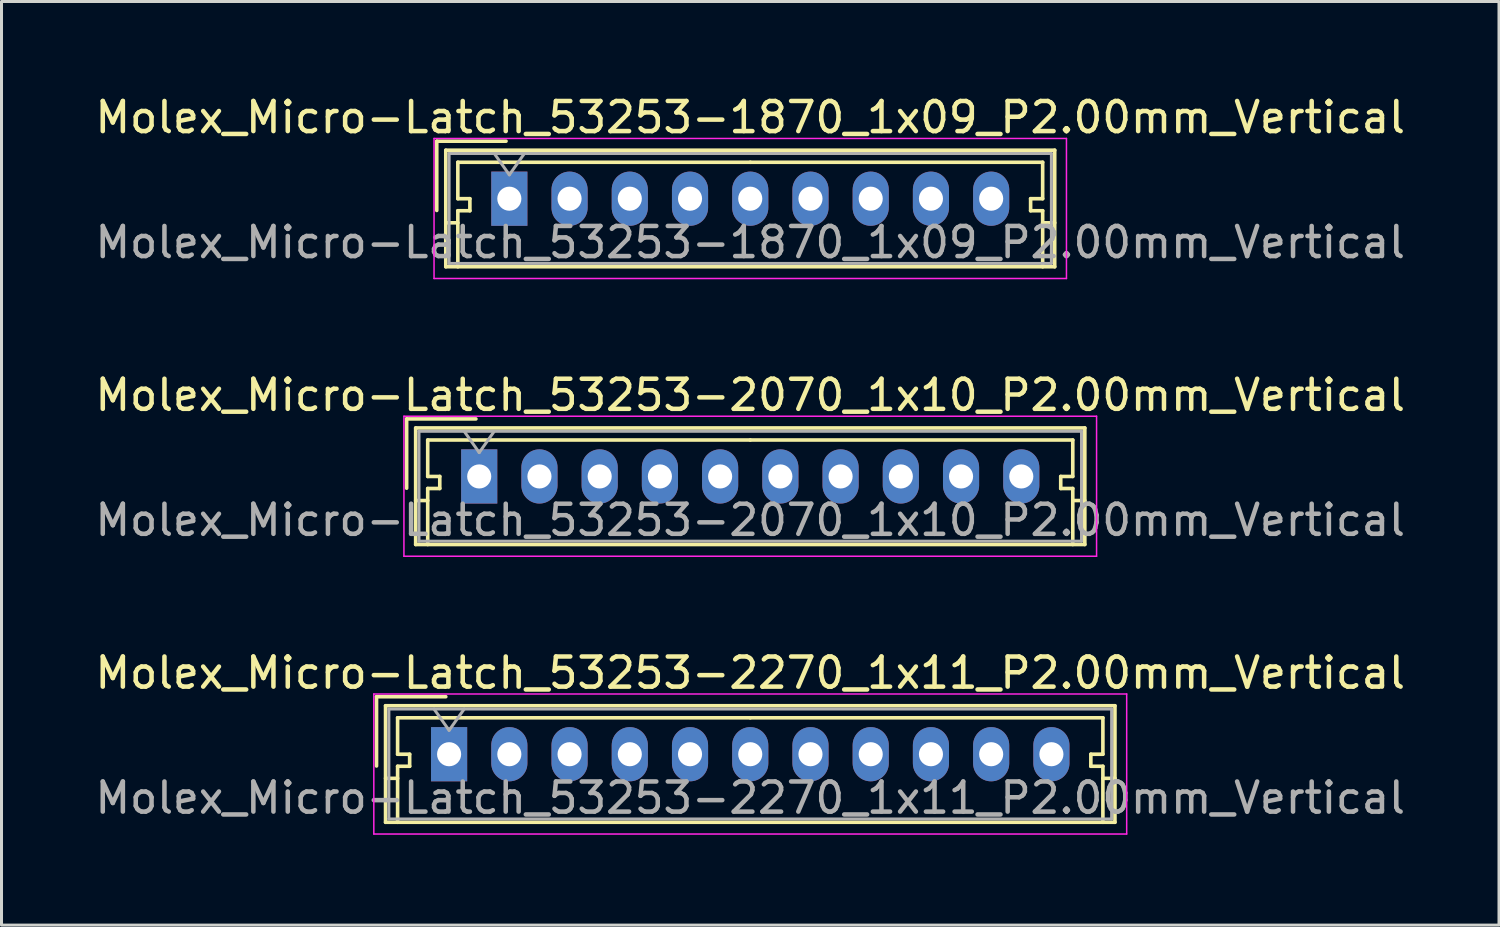
<source format=kicad_pcb>
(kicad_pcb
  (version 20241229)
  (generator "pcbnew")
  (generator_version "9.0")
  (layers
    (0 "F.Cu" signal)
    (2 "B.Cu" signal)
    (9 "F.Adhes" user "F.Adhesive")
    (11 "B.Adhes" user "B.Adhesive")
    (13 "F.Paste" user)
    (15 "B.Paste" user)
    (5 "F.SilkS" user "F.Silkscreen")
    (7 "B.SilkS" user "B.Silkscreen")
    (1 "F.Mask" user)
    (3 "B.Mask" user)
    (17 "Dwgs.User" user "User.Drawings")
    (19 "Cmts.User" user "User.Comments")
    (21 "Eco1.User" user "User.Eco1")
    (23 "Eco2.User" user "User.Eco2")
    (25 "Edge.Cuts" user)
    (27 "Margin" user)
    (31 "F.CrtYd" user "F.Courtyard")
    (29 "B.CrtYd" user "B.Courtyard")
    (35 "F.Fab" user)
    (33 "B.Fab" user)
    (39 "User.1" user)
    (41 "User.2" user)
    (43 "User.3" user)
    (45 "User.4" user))
  (footprint "Molex_Micro-Latch_53253-1870_1x09_P2.00mm_Vertical"
    (layer "F.Cu")
    (at 13.863 3.548)
    (property "Reference" "Molex_Micro-Latch_53253-1870_1x09_P2.00mm_Vertical" (at 8 -2.7 0) (layer "F.SilkS") (effects (font (size 1 1) (thickness 0.15))))
    (attr through_hole)
    (fp_line (start -2.41 -1.91) (end -2.41 0.39) (stroke (width 0.12) (type solid)) (layer "F.SilkS"))
    (fp_line (start -2.11 -1.61) (end -2.11 2.26) (stroke (width 0.12) (type solid)) (layer "F.SilkS"))
    (fp_line (start -2.11 0.8) (end -1.71 0.8) (stroke (width 0.12) (type solid)) (layer "F.SilkS"))
    (fp_line (start -2.11 2.26) (end 18.11 2.26) (stroke (width 0.12) (type solid)) (layer "F.SilkS"))
    (fp_line (start -1.71 -1.21) (end -1.71 0) (stroke (width 0.12) (type solid)) (layer "F.SilkS"))
    (fp_line (start -1.71 0) (end -1.31 0) (stroke (width 0.12) (type solid)) (layer "F.SilkS"))
    (fp_line (start -1.71 0.4) (end -1.71 2.26) (stroke (width 0.12) (type solid)) (layer "F.SilkS"))
    (fp_line (start -1.31 0) (end -1.31 0.4) (stroke (width 0.12) (type solid)) (layer "F.SilkS"))
    (fp_line (start -1.31 0.4) (end -1.71 0.4) (stroke (width 0.12) (type solid)) (layer "F.SilkS"))
    (fp_line (start -0.11 -1.91) (end -2.41 -1.91) (stroke (width 0.12) (type solid)) (layer "F.SilkS"))
    (fp_line (start 8 -1.21) (end -1.71 -1.21) (stroke (width 0.12) (type solid)) (layer "F.SilkS"))
    (fp_line (start 8 -1.21) (end 17.71 -1.21) (stroke (width 0.12) (type solid)) (layer "F.SilkS"))
    (fp_line (start 17.31 0) (end 17.31 0.4) (stroke (width 0.12) (type solid)) (layer "F.SilkS"))
    (fp_line (start 17.31 0.4) (end 17.71 0.4) (stroke (width 0.12) (type solid)) (layer "F.SilkS"))
    (fp_line (start 17.71 -1.21) (end 17.71 0) (stroke (width 0.12) (type solid)) (layer "F.SilkS"))
    (fp_line (start 17.71 0) (end 17.31 0) (stroke (width 0.12) (type solid)) (layer "F.SilkS"))
    (fp_line (start 17.71 0.4) (end 17.71 2.26) (stroke (width 0.12) (type solid)) (layer "F.SilkS"))
    (fp_line (start 18.11 -1.61) (end -2.11 -1.61) (stroke (width 0.12) (type solid)) (layer "F.SilkS"))
    (fp_line (start 18.11 0.8) (end 17.71 0.8) (stroke (width 0.12) (type solid)) (layer "F.SilkS"))
    (fp_line (start 18.11 2.26) (end 18.11 -1.61) (stroke (width 0.12) (type solid)) (layer "F.SilkS"))
    (fp_line (start -2.5 -2) (end -2.5 2.65) (stroke (width 0.05) (type solid)) (layer "F.CrtYd"))
    (fp_line (start -2.5 2.65) (end 18.5 2.65) (stroke (width 0.05) (type solid)) (layer "F.CrtYd"))
    (fp_line (start 18.5 -2) (end -2.5 -2) (stroke (width 0.05) (type solid)) (layer "F.CrtYd"))
    (fp_line (start 18.5 2.65) (end 18.5 -2) (stroke (width 0.05) (type solid)) (layer "F.CrtYd"))
    (fp_line (start -2 -1.5) (end -2 2.15) (stroke (width 0.1) (type solid)) (layer "F.Fab"))
    (fp_line (start -2 2.15) (end 18 2.15) (stroke (width 0.1) (type solid)) (layer "F.Fab"))
    (fp_line (start -0.5 -1.5) (end 0 -0.793) (stroke (width 0.1) (type solid)) (layer "F.Fab"))
    (fp_line (start 0 -0.793) (end 0.5 -1.5) (stroke (width 0.1) (type solid)) (layer "F.Fab"))
    (fp_line (start 18 -1.5) (end -2 -1.5) (stroke (width 0.1) (type solid)) (layer "F.Fab"))
    (fp_line (start 18 2.15) (end 18 -1.5) (stroke (width 0.1) (type solid)) (layer "F.Fab"))
    (fp_text user "${REFERENCE}" (at 8 1.45 0) (layer "F.Fab") (effects (font (size 1 1) (thickness 0.15))))
    (pad "1" thru_hole rect (at 0 0) (size 1.2 1.8) (drill 0.8) (layers "*.Cu" "*.Mask"))
    (pad "2" thru_hole oval (at 2 0) (size 1.2 1.8) (drill 0.8) (layers "*.Cu" "*.Mask"))
    (pad "3" thru_hole oval (at 4 0) (size 1.2 1.8) (drill 0.8) (layers "*.Cu" "*.Mask"))
    (pad "4" thru_hole oval (at 6 0) (size 1.2 1.8) (drill 0.8) (layers "*.Cu" "*.Mask"))
    (pad "5" thru_hole oval (at 8 0) (size 1.2 1.8) (drill 0.8) (layers "*.Cu" "*.Mask"))
    (pad "6" thru_hole oval (at 10 0) (size 1.2 1.8) (drill 0.8) (layers "*.Cu" "*.Mask"))
    (pad "7" thru_hole oval (at 12 0) (size 1.2 1.8) (drill 0.8) (layers "*.Cu" "*.Mask"))
    (pad "8" thru_hole oval (at 14 0) (size 1.2 1.8) (drill 0.8) (layers "*.Cu" "*.Mask"))
    (pad "9" thru_hole oval (at 16 0) (size 1.2 1.8) (drill 0.8) (layers "*.Cu" "*.Mask")))
  (footprint "Molex_Micro-Latch_53253-2270_1x11_P2.00mm_Vertical"
    (layer "F.Cu")
    (at 11.863 21.995)
    (property "Reference" "Molex_Micro-Latch_53253-2270_1x11_P2.00mm_Vertical" (at 10 -2.7 0) (layer "F.SilkS") (effects (font (size 1 1) (thickness 0.15))))
    (attr through_hole)
    (fp_line (start -2.41 -1.91) (end -2.41 0.39) (stroke (width 0.12) (type solid)) (layer "F.SilkS"))
    (fp_line (start -2.11 -1.61) (end -2.11 2.26) (stroke (width 0.12) (type solid)) (layer "F.SilkS"))
    (fp_line (start -2.11 0.8) (end -1.71 0.8) (stroke (width 0.12) (type solid)) (layer "F.SilkS"))
    (fp_line (start -2.11 2.26) (end 22.11 2.26) (stroke (width 0.12) (type solid)) (layer "F.SilkS"))
    (fp_line (start -1.71 -1.21) (end -1.71 0) (stroke (width 0.12) (type solid)) (layer "F.SilkS"))
    (fp_line (start -1.71 0) (end -1.31 0) (stroke (width 0.12) (type solid)) (layer "F.SilkS"))
    (fp_line (start -1.71 0.4) (end -1.71 2.26) (stroke (width 0.12) (type solid)) (layer "F.SilkS"))
    (fp_line (start -1.31 0) (end -1.31 0.4) (stroke (width 0.12) (type solid)) (layer "F.SilkS"))
    (fp_line (start -1.31 0.4) (end -1.71 0.4) (stroke (width 0.12) (type solid)) (layer "F.SilkS"))
    (fp_line (start -0.11 -1.91) (end -2.41 -1.91) (stroke (width 0.12) (type solid)) (layer "F.SilkS"))
    (fp_line (start 10 -1.21) (end -1.71 -1.21) (stroke (width 0.12) (type solid)) (layer "F.SilkS"))
    (fp_line (start 10 -1.21) (end 21.71 -1.21) (stroke (width 0.12) (type solid)) (layer "F.SilkS"))
    (fp_line (start 21.31 0) (end 21.31 0.4) (stroke (width 0.12) (type solid)) (layer "F.SilkS"))
    (fp_line (start 21.31 0.4) (end 21.71 0.4) (stroke (width 0.12) (type solid)) (layer "F.SilkS"))
    (fp_line (start 21.71 -1.21) (end 21.71 0) (stroke (width 0.12) (type solid)) (layer "F.SilkS"))
    (fp_line (start 21.71 0) (end 21.31 0) (stroke (width 0.12) (type solid)) (layer "F.SilkS"))
    (fp_line (start 21.71 0.4) (end 21.71 2.26) (stroke (width 0.12) (type solid)) (layer "F.SilkS"))
    (fp_line (start 22.11 -1.61) (end -2.11 -1.61) (stroke (width 0.12) (type solid)) (layer "F.SilkS"))
    (fp_line (start 22.11 0.8) (end 21.71 0.8) (stroke (width 0.12) (type solid)) (layer "F.SilkS"))
    (fp_line (start 22.11 2.26) (end 22.11 -1.61) (stroke (width 0.12) (type solid)) (layer "F.SilkS"))
    (fp_line (start -2.5 -2) (end -2.5 2.65) (stroke (width 0.05) (type solid)) (layer "F.CrtYd"))
    (fp_line (start -2.5 2.65) (end 22.5 2.65) (stroke (width 0.05) (type solid)) (layer "F.CrtYd"))
    (fp_line (start 22.5 -2) (end -2.5 -2) (stroke (width 0.05) (type solid)) (layer "F.CrtYd"))
    (fp_line (start 22.5 2.65) (end 22.5 -2) (stroke (width 0.05) (type solid)) (layer "F.CrtYd"))
    (fp_line (start -2 -1.5) (end -2 2.15) (stroke (width 0.1) (type solid)) (layer "F.Fab"))
    (fp_line (start -2 2.15) (end 22 2.15) (stroke (width 0.1) (type solid)) (layer "F.Fab"))
    (fp_line (start -0.5 -1.5) (end 0 -0.793) (stroke (width 0.1) (type solid)) (layer "F.Fab"))
    (fp_line (start 0 -0.793) (end 0.5 -1.5) (stroke (width 0.1) (type solid)) (layer "F.Fab"))
    (fp_line (start 22 -1.5) (end -2 -1.5) (stroke (width 0.1) (type solid)) (layer "F.Fab"))
    (fp_line (start 22 2.15) (end 22 -1.5) (stroke (width 0.1) (type solid)) (layer "F.Fab"))
    (fp_text user "${REFERENCE}" (at 10 1.45 0) (layer "F.Fab") (effects (font (size 1 1) (thickness 0.15))))
    (pad "1" thru_hole rect (at 0 0) (size 1.2 1.8) (drill 0.8) (layers "*.Cu" "*.Mask"))
    (pad "2" thru_hole oval (at 2 0) (size 1.2 1.8) (drill 0.8) (layers "*.Cu" "*.Mask"))
    (pad "3" thru_hole oval (at 4 0) (size 1.2 1.8) (drill 0.8) (layers "*.Cu" "*.Mask"))
    (pad "4" thru_hole oval (at 6 0) (size 1.2 1.8) (drill 0.8) (layers "*.Cu" "*.Mask"))
    (pad "5" thru_hole oval (at 8 0) (size 1.2 1.8) (drill 0.8) (layers "*.Cu" "*.Mask"))
    (pad "6" thru_hole oval (at 10 0) (size 1.2 1.8) (drill 0.8) (layers "*.Cu" "*.Mask"))
    (pad "7" thru_hole oval (at 12 0) (size 1.2 1.8) (drill 0.8) (layers "*.Cu" "*.Mask"))
    (pad "8" thru_hole oval (at 14 0) (size 1.2 1.8) (drill 0.8) (layers "*.Cu" "*.Mask"))
    (pad "9" thru_hole oval (at 16 0) (size 1.2 1.8) (drill 0.8) (layers "*.Cu" "*.Mask"))
    (pad "10" thru_hole oval (at 18 0) (size 1.2 1.8) (drill 0.8) (layers "*.Cu" "*.Mask"))
    (pad "11" thru_hole oval (at 20 0) (size 1.2 1.8) (drill 0.8) (layers "*.Cu" "*.Mask")))
  (footprint "Molex_Micro-Latch_53253-2070_1x10_P2.00mm_Vertical"
    (layer "F.Cu")
    (at 12.863 12.771)
    (property "Reference" "Molex_Micro-Latch_53253-2070_1x10_P2.00mm_Vertical" (at 9 -2.7 0) (layer "F.SilkS") (effects (font (size 1 1) (thickness 0.15))))
    (attr through_hole)
    (fp_line (start -2.41 -1.91) (end -2.41 0.39) (stroke (width 0.12) (type solid)) (layer "F.SilkS"))
    (fp_line (start -2.11 -1.61) (end -2.11 2.26) (stroke (width 0.12) (type solid)) (layer "F.SilkS"))
    (fp_line (start -2.11 0.8) (end -1.71 0.8) (stroke (width 0.12) (type solid)) (layer "F.SilkS"))
    (fp_line (start -2.11 2.26) (end 20.11 2.26) (stroke (width 0.12) (type solid)) (layer "F.SilkS"))
    (fp_line (start -1.71 -1.21) (end -1.71 0) (stroke (width 0.12) (type solid)) (layer "F.SilkS"))
    (fp_line (start -1.71 0) (end -1.31 0) (stroke (width 0.12) (type solid)) (layer "F.SilkS"))
    (fp_line (start -1.71 0.4) (end -1.71 2.26) (stroke (width 0.12) (type solid)) (layer "F.SilkS"))
    (fp_line (start -1.31 0) (end -1.31 0.4) (stroke (width 0.12) (type solid)) (layer "F.SilkS"))
    (fp_line (start -1.31 0.4) (end -1.71 0.4) (stroke (width 0.12) (type solid)) (layer "F.SilkS"))
    (fp_line (start -0.11 -1.91) (end -2.41 -1.91) (stroke (width 0.12) (type solid)) (layer "F.SilkS"))
    (fp_line (start 9 -1.21) (end -1.71 -1.21) (stroke (width 0.12) (type solid)) (layer "F.SilkS"))
    (fp_line (start 9 -1.21) (end 19.71 -1.21) (stroke (width 0.12) (type solid)) (layer "F.SilkS"))
    (fp_line (start 19.31 0) (end 19.31 0.4) (stroke (width 0.12) (type solid)) (layer "F.SilkS"))
    (fp_line (start 19.31 0.4) (end 19.71 0.4) (stroke (width 0.12) (type solid)) (layer "F.SilkS"))
    (fp_line (start 19.71 -1.21) (end 19.71 0) (stroke (width 0.12) (type solid)) (layer "F.SilkS"))
    (fp_line (start 19.71 0) (end 19.31 0) (stroke (width 0.12) (type solid)) (layer "F.SilkS"))
    (fp_line (start 19.71 0.4) (end 19.71 2.26) (stroke (width 0.12) (type solid)) (layer "F.SilkS"))
    (fp_line (start 20.11 -1.61) (end -2.11 -1.61) (stroke (width 0.12) (type solid)) (layer "F.SilkS"))
    (fp_line (start 20.11 0.8) (end 19.71 0.8) (stroke (width 0.12) (type solid)) (layer "F.SilkS"))
    (fp_line (start 20.11 2.26) (end 20.11 -1.61) (stroke (width 0.12) (type solid)) (layer "F.SilkS"))
    (fp_line (start -2.5 -2) (end -2.5 2.65) (stroke (width 0.05) (type solid)) (layer "F.CrtYd"))
    (fp_line (start -2.5 2.65) (end 20.5 2.65) (stroke (width 0.05) (type solid)) (layer "F.CrtYd"))
    (fp_line (start 20.5 -2) (end -2.5 -2) (stroke (width 0.05) (type solid)) (layer "F.CrtYd"))
    (fp_line (start 20.5 2.65) (end 20.5 -2) (stroke (width 0.05) (type solid)) (layer "F.CrtYd"))
    (fp_line (start -2 -1.5) (end -2 2.15) (stroke (width 0.1) (type solid)) (layer "F.Fab"))
    (fp_line (start -2 2.15) (end 20 2.15) (stroke (width 0.1) (type solid)) (layer "F.Fab"))
    (fp_line (start -0.5 -1.5) (end 0 -0.793) (stroke (width 0.1) (type solid)) (layer "F.Fab"))
    (fp_line (start 0 -0.793) (end 0.5 -1.5) (stroke (width 0.1) (type solid)) (layer "F.Fab"))
    (fp_line (start 20 -1.5) (end -2 -1.5) (stroke (width 0.1) (type solid)) (layer "F.Fab"))
    (fp_line (start 20 2.15) (end 20 -1.5) (stroke (width 0.1) (type solid)) (layer "F.Fab"))
    (fp_text user "${REFERENCE}" (at 9 1.45 0) (layer "F.Fab") (effects (font (size 1 1) (thickness 0.15))))
    (pad "1" thru_hole rect (at 0 0) (size 1.2 1.8) (drill 0.8) (layers "*.Cu" "*.Mask"))
    (pad "2" thru_hole oval (at 2 0) (size 1.2 1.8) (drill 0.8) (layers "*.Cu" "*.Mask"))
    (pad "3" thru_hole oval (at 4 0) (size 1.2 1.8) (drill 0.8) (layers "*.Cu" "*.Mask"))
    (pad "4" thru_hole oval (at 6 0) (size 1.2 1.8) (drill 0.8) (layers "*.Cu" "*.Mask"))
    (pad "5" thru_hole oval (at 8 0) (size 1.2 1.8) (drill 0.8) (layers "*.Cu" "*.Mask"))
    (pad "6" thru_hole oval (at 10 0) (size 1.2 1.8) (drill 0.8) (layers "*.Cu" "*.Mask"))
    (pad "7" thru_hole oval (at 12 0) (size 1.2 1.8) (drill 0.8) (layers "*.Cu" "*.Mask"))
    (pad "8" thru_hole oval (at 14 0) (size 1.2 1.8) (drill 0.8) (layers "*.Cu" "*.Mask"))
    (pad "9" thru_hole oval (at 16 0) (size 1.2 1.8) (drill 0.8) (layers "*.Cu" "*.Mask"))
    (pad "10" thru_hole oval (at 18 0) (size 1.2 1.8) (drill 0.8) (layers "*.Cu" "*.Mask")))
  (gr_rect
    (start -3 -3)
    (end 46.726 27.67)
    (stroke (width 0.1) (type default))
    (fill no)
    (layer "Edge.Cuts")))
</source>
